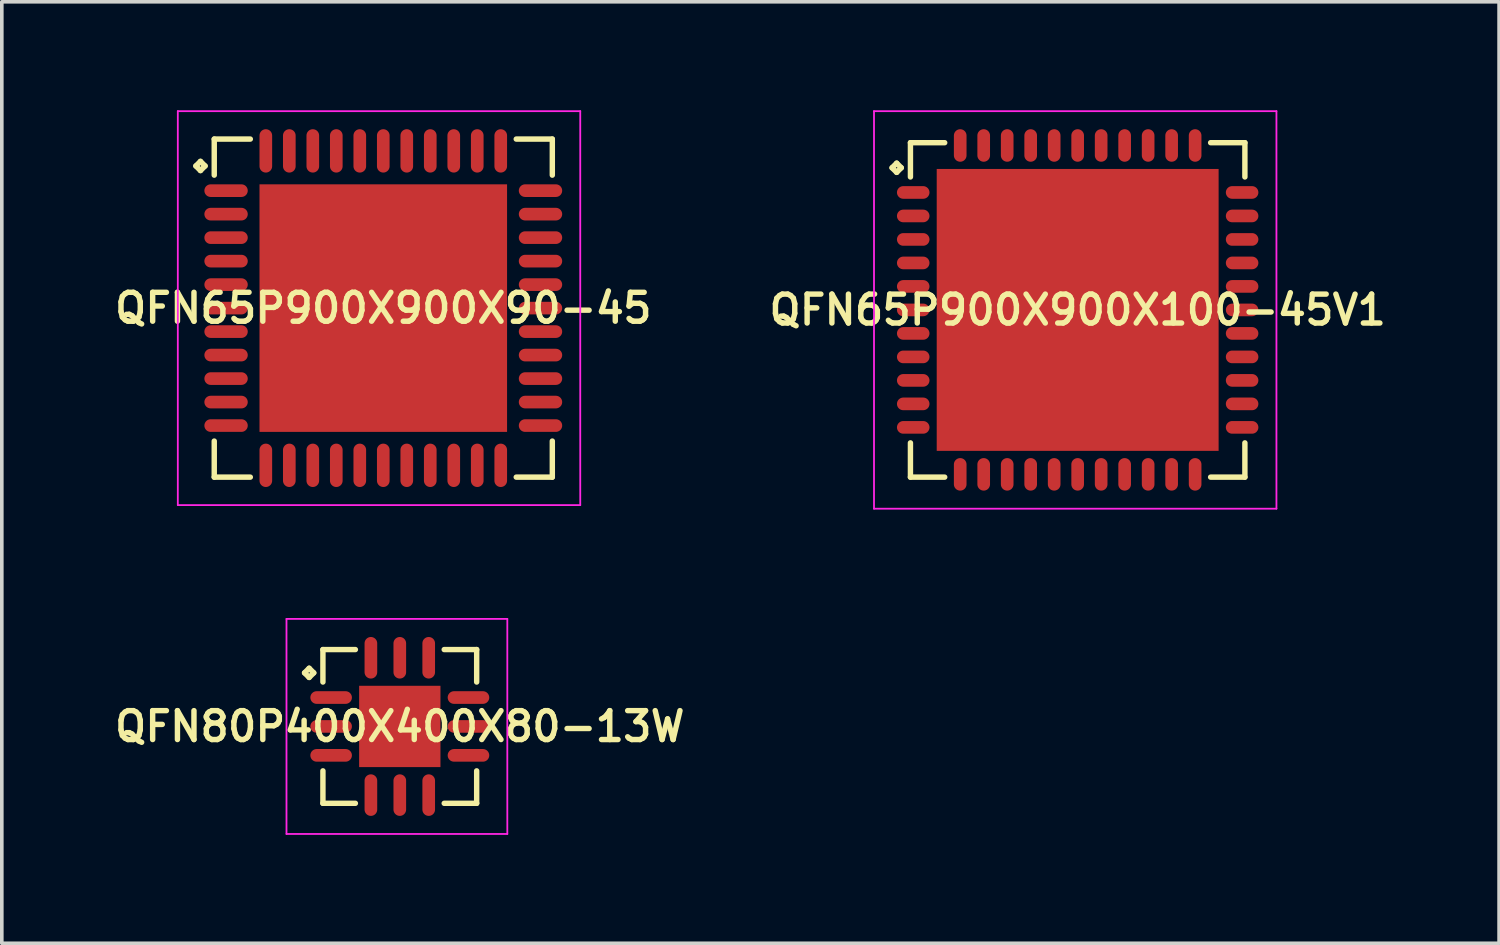
<source format=kicad_pcb>
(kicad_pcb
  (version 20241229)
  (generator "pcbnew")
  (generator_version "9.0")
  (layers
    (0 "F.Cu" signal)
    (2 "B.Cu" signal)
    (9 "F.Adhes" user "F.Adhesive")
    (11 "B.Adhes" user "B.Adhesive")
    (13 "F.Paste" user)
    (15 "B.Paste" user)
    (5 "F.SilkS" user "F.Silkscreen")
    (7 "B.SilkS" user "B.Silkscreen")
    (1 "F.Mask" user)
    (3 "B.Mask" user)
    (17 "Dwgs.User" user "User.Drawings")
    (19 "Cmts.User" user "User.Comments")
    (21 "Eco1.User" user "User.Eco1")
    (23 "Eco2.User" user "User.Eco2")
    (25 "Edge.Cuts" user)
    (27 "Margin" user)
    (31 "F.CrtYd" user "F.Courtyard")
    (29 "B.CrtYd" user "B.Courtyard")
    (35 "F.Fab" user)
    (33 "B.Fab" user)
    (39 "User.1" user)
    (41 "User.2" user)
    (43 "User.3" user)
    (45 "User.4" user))
  (footprint "QFN65P900X900X90-45"
    (layer "F.Cu")
    (at 7.555 5.475)
    (property "Reference" "QFN65P900X900X90-45" (at 0 0 0) (layer "F.SilkS") (effects (font (size 0.8 0.8) (thickness 0.15))))
    (attr smd)
    (fp_line (start -5.185 -3.933) (end -5.058 -4.06) (stroke (width 0.15) (type solid)) (layer "F.SilkS"))
    (fp_line (start -5.058 -4.06) (end -4.931 -3.933) (stroke (width 0.15) (type solid)) (layer "F.SilkS"))
    (fp_line (start -5.058 -3.806) (end -5.185 -3.933) (stroke (width 0.15) (type solid)) (layer "F.SilkS"))
    (fp_line (start -4.931 -3.933) (end -5.058 -3.806) (stroke (width 0.15) (type solid)) (layer "F.SilkS"))
    (fp_line (start -4.677 -4.677) (end -3.679 -4.677) (stroke (width 0.15) (type solid)) (layer "F.SilkS"))
    (fp_line (start -4.677 -3.679) (end -4.677 -4.677) (stroke (width 0.15) (type solid)) (layer "F.SilkS"))
    (fp_line (start -4.677 3.679) (end -4.677 4.677) (stroke (width 0.15) (type solid)) (layer "F.SilkS"))
    (fp_line (start -4.677 4.677) (end -3.679 4.677) (stroke (width 0.15) (type solid)) (layer "F.SilkS"))
    (fp_line (start 3.679 -4.677) (end 4.677 -4.677) (stroke (width 0.15) (type solid)) (layer "F.SilkS"))
    (fp_line (start 3.679 4.677) (end 4.677 4.677) (stroke (width 0.15) (type solid)) (layer "F.SilkS"))
    (fp_line (start 4.677 -4.677) (end 4.677 -3.679) (stroke (width 0.15) (type solid)) (layer "F.SilkS"))
    (fp_line (start 4.677 4.677) (end 4.677 3.679) (stroke (width 0.15) (type solid)) (layer "F.SilkS"))
    (fp_line (start -5.685 -5.45) (end 5.45 -5.45) (stroke (width 0.05) (type solid)) (layer "F.CrtYd"))
    (fp_line (start -5.685 5.45) (end -5.685 -5.45) (stroke (width 0.05) (type solid)) (layer "F.CrtYd"))
    (fp_line (start 5.45 -5.45) (end 5.45 5.45) (stroke (width 0.05) (type solid)) (layer "F.CrtYd"))
    (fp_line (start 5.45 5.45) (end -5.685 5.45) (stroke (width 0.05) (type solid)) (layer "F.CrtYd"))
    (pad "1" smd oval (at -4.35 -3.25) (size 1.2 0.35) (layers "F.Cu" "F.Mask" "F.Paste"))
    (pad "2" smd oval (at -4.35 -2.6) (size 1.2 0.35) (layers "F.Cu" "F.Mask" "F.Paste"))
    (pad "3" smd oval (at -4.35 -1.95) (size 1.2 0.35) (layers "F.Cu" "F.Mask" "F.Paste"))
    (pad "4" smd oval (at -4.35 -1.3) (size 1.2 0.35) (layers "F.Cu" "F.Mask" "F.Paste"))
    (pad "5" smd oval (at -4.35 -0.65) (size 1.2 0.35) (layers "F.Cu" "F.Mask" "F.Paste"))
    (pad "6" smd oval (at -4.35 0) (size 1.2 0.35) (layers "F.Cu" "F.Mask" "F.Paste"))
    (pad "7" smd oval (at -4.35 0.65) (size 1.2 0.35) (layers "F.Cu" "F.Mask" "F.Paste"))
    (pad "8" smd oval (at -4.35 1.3) (size 1.2 0.35) (layers "F.Cu" "F.Mask" "F.Paste"))
    (pad "9" smd oval (at -4.35 1.95) (size 1.2 0.35) (layers "F.Cu" "F.Mask" "F.Paste"))
    (pad "10" smd oval (at -4.35 2.6) (size 1.2 0.35) (layers "F.Cu" "F.Mask" "F.Paste"))
    (pad "11" smd oval (at -4.35 3.25) (size 1.2 0.35) (layers "F.Cu" "F.Mask" "F.Paste"))
    (pad "12" smd oval (at -3.25 4.35) (size 0.35 1.2) (layers "F.Cu" "F.Mask" "F.Paste"))
    (pad "13" smd oval (at -2.6 4.35) (size 0.35 1.2) (layers "F.Cu" "F.Mask" "F.Paste"))
    (pad "14" smd oval (at -1.95 4.35) (size 0.35 1.2) (layers "F.Cu" "F.Mask" "F.Paste"))
    (pad "15" smd oval (at -1.3 4.35) (size 0.35 1.2) (layers "F.Cu" "F.Mask" "F.Paste"))
    (pad "16" smd oval (at -0.65 4.35) (size 0.35 1.2) (layers "F.Cu" "F.Mask" "F.Paste"))
    (pad "17" smd oval (at 0 4.35) (size 0.35 1.2) (layers "F.Cu" "F.Mask" "F.Paste"))
    (pad "18" smd oval (at 0.65 4.35) (size 0.35 1.2) (layers "F.Cu" "F.Mask" "F.Paste"))
    (pad "19" smd oval (at 1.3 4.35) (size 0.35 1.2) (layers "F.Cu" "F.Mask" "F.Paste"))
    (pad "20" smd oval (at 1.95 4.35) (size 0.35 1.2) (layers "F.Cu" "F.Mask" "F.Paste"))
    (pad "21" smd oval (at 2.6 4.35) (size 0.35 1.2) (layers "F.Cu" "F.Mask" "F.Paste"))
    (pad "22" smd oval (at 3.25 4.35) (size 0.35 1.2) (layers "F.Cu" "F.Mask" "F.Paste"))
    (pad "23" smd oval (at 4.35 3.25) (size 1.2 0.35) (layers "F.Cu" "F.Mask" "F.Paste"))
    (pad "24" smd oval (at 4.35 2.6) (size 1.2 0.35) (layers "F.Cu" "F.Mask" "F.Paste"))
    (pad "25" smd oval (at 4.35 1.95) (size 1.2 0.35) (layers "F.Cu" "F.Mask" "F.Paste"))
    (pad "26" smd oval (at 4.35 1.3) (size 1.2 0.35) (layers "F.Cu" "F.Mask" "F.Paste"))
    (pad "27" smd oval (at 4.35 0.65) (size 1.2 0.35) (layers "F.Cu" "F.Mask" "F.Paste"))
    (pad "28" smd oval (at 4.35 0) (size 1.2 0.35) (layers "F.Cu" "F.Mask" "F.Paste"))
    (pad "29" smd oval (at 4.35 -0.65) (size 1.2 0.35) (layers "F.Cu" "F.Mask" "F.Paste"))
    (pad "30" smd oval (at 4.35 -1.3) (size 1.2 0.35) (layers "F.Cu" "F.Mask" "F.Paste"))
    (pad "31" smd oval (at 4.35 -1.95) (size 1.2 0.35) (layers "F.Cu" "F.Mask" "F.Paste"))
    (pad "32" smd oval (at 4.35 -2.6) (size 1.2 0.35) (layers "F.Cu" "F.Mask" "F.Paste"))
    (pad "33" smd oval (at 4.35 -3.25) (size 1.2 0.35) (layers "F.Cu" "F.Mask" "F.Paste"))
    (pad "34" smd oval (at 3.25 -4.35) (size 0.35 1.2) (layers "F.Cu" "F.Mask" "F.Paste"))
    (pad "35" smd oval (at 2.6 -4.35) (size 0.35 1.2) (layers "F.Cu" "F.Mask" "F.Paste"))
    (pad "36" smd oval (at 1.95 -4.35) (size 0.35 1.2) (layers "F.Cu" "F.Mask" "F.Paste"))
    (pad "37" smd oval (at 1.3 -4.35) (size 0.35 1.2) (layers "F.Cu" "F.Mask" "F.Paste"))
    (pad "38" smd oval (at 0.65 -4.35) (size 0.35 1.2) (layers "F.Cu" "F.Mask" "F.Paste"))
    (pad "39" smd oval (at 0 -4.35) (size 0.35 1.2) (layers "F.Cu" "F.Mask" "F.Paste"))
    (pad "40" smd oval (at -0.65 -4.35) (size 0.35 1.2) (layers "F.Cu" "F.Mask" "F.Paste"))
    (pad "41" smd oval (at -1.3 -4.35) (size 0.35 1.2) (layers "F.Cu" "F.Mask" "F.Paste"))
    (pad "42" smd oval (at -1.95 -4.35) (size 0.35 1.2) (layers "F.Cu" "F.Mask" "F.Paste"))
    (pad "43" smd oval (at -2.6 -4.35) (size 0.35 1.2) (layers "F.Cu" "F.Mask" "F.Paste"))
    (pad "44" smd oval (at -3.25 -4.35) (size 0.35 1.2) (layers "F.Cu" "F.Mask" "F.Paste"))
    (pad "45" smd rect (at 0 0) (size 6.85 6.85) (layers "F.Cu" "F.Mask" "F.Paste")))
  (footprint "QFN80P400X400X80-13W"
    (layer "F.Cu")
    (at 8.012 17.05)
    (property "Reference" "QFN80P400X400X80-13W" (at 0 0 0) (layer "F.SilkS") (effects (font (size 0.8 0.8) (thickness 0.15))))
    (attr smd)
    (fp_line (start -2.635 -1.483) (end -2.508 -1.61) (stroke (width 0.15) (type solid)) (layer "F.SilkS"))
    (fp_line (start -2.508 -1.61) (end -2.381 -1.483) (stroke (width 0.15) (type solid)) (layer "F.SilkS"))
    (fp_line (start -2.508 -1.356) (end -2.635 -1.483) (stroke (width 0.15) (type solid)) (layer "F.SilkS"))
    (fp_line (start -2.381 -1.483) (end -2.508 -1.356) (stroke (width 0.15) (type solid)) (layer "F.SilkS"))
    (fp_line (start -2.127 -2.127) (end -1.229 -2.127) (stroke (width 0.15) (type solid)) (layer "F.SilkS"))
    (fp_line (start -2.127 -1.229) (end -2.127 -2.127) (stroke (width 0.15) (type solid)) (layer "F.SilkS"))
    (fp_line (start -2.127 1.229) (end -2.127 2.127) (stroke (width 0.15) (type solid)) (layer "F.SilkS"))
    (fp_line (start -2.127 2.127) (end -1.229 2.127) (stroke (width 0.15) (type solid)) (layer "F.SilkS"))
    (fp_line (start 1.229 -2.127) (end 2.127 -2.127) (stroke (width 0.15) (type solid)) (layer "F.SilkS"))
    (fp_line (start 1.229 2.127) (end 2.127 2.127) (stroke (width 0.15) (type solid)) (layer "F.SilkS"))
    (fp_line (start 2.127 -2.127) (end 2.127 -1.229) (stroke (width 0.15) (type solid)) (layer "F.SilkS"))
    (fp_line (start 2.127 2.127) (end 2.127 1.229) (stroke (width 0.15) (type solid)) (layer "F.SilkS"))
    (fp_line (start -3.135 -2.975) (end 2.975 -2.975) (stroke (width 0.05) (type solid)) (layer "F.CrtYd"))
    (fp_line (start -3.135 2.975) (end -3.135 -2.975) (stroke (width 0.05) (type solid)) (layer "F.CrtYd"))
    (fp_line (start 2.975 -2.975) (end 2.975 2.975) (stroke (width 0.05) (type solid)) (layer "F.CrtYd"))
    (fp_line (start 2.975 2.975) (end -3.135 2.975) (stroke (width 0.05) (type solid)) (layer "F.CrtYd"))
    (pad "1" smd oval (at -1.9 -0.8) (size 1.15 0.35) (layers "F.Cu" "F.Mask" "F.Paste"))
    (pad "2" smd oval (at -1.9 0) (size 1.15 0.35) (layers "F.Cu" "F.Mask" "F.Paste"))
    (pad "3" smd oval (at -1.9 0.8) (size 1.15 0.35) (layers "F.Cu" "F.Mask" "F.Paste"))
    (pad "4" smd oval (at -0.8 1.9) (size 0.35 1.15) (layers "F.Cu" "F.Mask" "F.Paste"))
    (pad "5" smd oval (at 0 1.9) (size 0.35 1.15) (layers "F.Cu" "F.Mask" "F.Paste"))
    (pad "6" smd oval (at 0.8 1.9) (size 0.35 1.15) (layers "F.Cu" "F.Mask" "F.Paste"))
    (pad "7" smd oval (at 1.9 0.8) (size 1.15 0.35) (layers "F.Cu" "F.Mask" "F.Paste"))
    (pad "8" smd oval (at 1.9 0) (size 1.15 0.35) (layers "F.Cu" "F.Mask" "F.Paste"))
    (pad "9" smd oval (at 1.9 -0.8) (size 1.15 0.35) (layers "F.Cu" "F.Mask" "F.Paste"))
    (pad "10" smd oval (at 0.8 -1.9) (size 0.35 1.15) (layers "F.Cu" "F.Mask" "F.Paste"))
    (pad "11" smd oval (at 0 -1.9) (size 0.35 1.15) (layers "F.Cu" "F.Mask" "F.Paste"))
    (pad "12" smd oval (at -0.8 -1.9) (size 0.35 1.15) (layers "F.Cu" "F.Mask" "F.Paste"))
    (pad "13" smd rect (at 0 0) (size 2.25 2.25) (layers "F.Cu" "F.Mask" "F.Paste")))
  (footprint "QFN65P900X900X100-45V1"
    (layer "F.Cu")
    (at 26.768 5.525)
    (property "Reference" "QFN65P900X900X100-45V1" (at 0 0 0) (layer "F.SilkS") (effects (font (size 0.8 0.8) (thickness 0.15))))
    (attr smd)
    (fp_line (start -5.135 -3.933) (end -5.008 -4.06) (stroke (width 0.15) (type solid)) (layer "F.SilkS"))
    (fp_line (start -5.008 -4.06) (end -4.881 -3.933) (stroke (width 0.15) (type solid)) (layer "F.SilkS"))
    (fp_line (start -5.008 -3.806) (end -5.135 -3.933) (stroke (width 0.15) (type solid)) (layer "F.SilkS"))
    (fp_line (start -4.881 -3.933) (end -5.008 -3.806) (stroke (width 0.15) (type solid)) (layer "F.SilkS"))
    (fp_line (start -4.627 -4.627) (end -3.679 -4.627) (stroke (width 0.15) (type solid)) (layer "F.SilkS"))
    (fp_line (start -4.627 -3.679) (end -4.627 -4.627) (stroke (width 0.15) (type solid)) (layer "F.SilkS"))
    (fp_line (start -4.627 3.679) (end -4.627 4.627) (stroke (width 0.15) (type solid)) (layer "F.SilkS"))
    (fp_line (start -4.627 4.627) (end -3.679 4.627) (stroke (width 0.15) (type solid)) (layer "F.SilkS"))
    (fp_line (start 3.679 -4.627) (end 4.627 -4.627) (stroke (width 0.15) (type solid)) (layer "F.SilkS"))
    (fp_line (start 3.679 4.627) (end 4.627 4.627) (stroke (width 0.15) (type solid)) (layer "F.SilkS"))
    (fp_line (start 4.627 -4.627) (end 4.627 -3.679) (stroke (width 0.15) (type solid)) (layer "F.SilkS"))
    (fp_line (start 4.627 4.627) (end 4.627 3.679) (stroke (width 0.15) (type solid)) (layer "F.SilkS"))
    (fp_line (start -5.635 -5.5) (end 5.5 -5.5) (stroke (width 0.05) (type solid)) (layer "F.CrtYd"))
    (fp_line (start -5.635 5.5) (end -5.635 -5.5) (stroke (width 0.05) (type solid)) (layer "F.CrtYd"))
    (fp_line (start 5.5 -5.5) (end 5.5 5.5) (stroke (width 0.05) (type solid)) (layer "F.CrtYd"))
    (fp_line (start 5.5 5.5) (end -5.635 5.5) (stroke (width 0.05) (type solid)) (layer "F.CrtYd"))
    (pad "1" smd oval (at -4.55 -3.25) (size 0.9 0.35) (layers "F.Cu" "F.Mask" "F.Paste"))
    (pad "2" smd oval (at -4.55 -2.6) (size 0.9 0.35) (layers "F.Cu" "F.Mask" "F.Paste"))
    (pad "3" smd oval (at -4.55 -1.95) (size 0.9 0.35) (layers "F.Cu" "F.Mask" "F.Paste"))
    (pad "4" smd oval (at -4.55 -1.3) (size 0.9 0.35) (layers "F.Cu" "F.Mask" "F.Paste"))
    (pad "5" smd oval (at -4.55 -0.65) (size 0.9 0.35) (layers "F.Cu" "F.Mask" "F.Paste"))
    (pad "6" smd oval (at -4.55 0) (size 0.9 0.35) (layers "F.Cu" "F.Mask" "F.Paste"))
    (pad "7" smd oval (at -4.55 0.65) (size 0.9 0.35) (layers "F.Cu" "F.Mask" "F.Paste"))
    (pad "8" smd oval (at -4.55 1.3) (size 0.9 0.35) (layers "F.Cu" "F.Mask" "F.Paste"))
    (pad "9" smd oval (at -4.55 1.95) (size 0.9 0.35) (layers "F.Cu" "F.Mask" "F.Paste"))
    (pad "10" smd oval (at -4.55 2.6) (size 0.9 0.35) (layers "F.Cu" "F.Mask" "F.Paste"))
    (pad "11" smd oval (at -4.55 3.25) (size 0.9 0.35) (layers "F.Cu" "F.Mask" "F.Paste"))
    (pad "12" smd oval (at -3.25 4.55) (size 0.35 0.9) (layers "F.Cu" "F.Mask" "F.Paste"))
    (pad "13" smd oval (at -2.6 4.55) (size 0.35 0.9) (layers "F.Cu" "F.Mask" "F.Paste"))
    (pad "14" smd oval (at -1.95 4.55) (size 0.35 0.9) (layers "F.Cu" "F.Mask" "F.Paste"))
    (pad "15" smd oval (at -1.3 4.55) (size 0.35 0.9) (layers "F.Cu" "F.Mask" "F.Paste"))
    (pad "16" smd oval (at -0.65 4.55) (size 0.35 0.9) (layers "F.Cu" "F.Mask" "F.Paste"))
    (pad "17" smd oval (at 0 4.55) (size 0.35 0.9) (layers "F.Cu" "F.Mask" "F.Paste"))
    (pad "18" smd oval (at 0.65 4.55) (size 0.35 0.9) (layers "F.Cu" "F.Mask" "F.Paste"))
    (pad "19" smd oval (at 1.3 4.55) (size 0.35 0.9) (layers "F.Cu" "F.Mask" "F.Paste"))
    (pad "20" smd oval (at 1.95 4.55) (size 0.35 0.9) (layers "F.Cu" "F.Mask" "F.Paste"))
    (pad "21" smd oval (at 2.6 4.55) (size 0.35 0.9) (layers "F.Cu" "F.Mask" "F.Paste"))
    (pad "22" smd oval (at 3.25 4.55) (size 0.35 0.9) (layers "F.Cu" "F.Mask" "F.Paste"))
    (pad "23" smd oval (at 4.55 3.25) (size 0.9 0.35) (layers "F.Cu" "F.Mask" "F.Paste"))
    (pad "24" smd oval (at 4.55 2.6) (size 0.9 0.35) (layers "F.Cu" "F.Mask" "F.Paste"))
    (pad "25" smd oval (at 4.55 1.95) (size 0.9 0.35) (layers "F.Cu" "F.Mask" "F.Paste"))
    (pad "26" smd oval (at 4.55 1.3) (size 0.9 0.35) (layers "F.Cu" "F.Mask" "F.Paste"))
    (pad "27" smd oval (at 4.55 0.65) (size 0.9 0.35) (layers "F.Cu" "F.Mask" "F.Paste"))
    (pad "28" smd oval (at 4.55 0) (size 0.9 0.35) (layers "F.Cu" "F.Mask" "F.Paste"))
    (pad "29" smd oval (at 4.55 -0.65) (size 0.9 0.35) (layers "F.Cu" "F.Mask" "F.Paste"))
    (pad "30" smd oval (at 4.55 -1.3) (size 0.9 0.35) (layers "F.Cu" "F.Mask" "F.Paste"))
    (pad "31" smd oval (at 4.55 -1.95) (size 0.9 0.35) (layers "F.Cu" "F.Mask" "F.Paste"))
    (pad "32" smd oval (at 4.55 -2.6) (size 0.9 0.35) (layers "F.Cu" "F.Mask" "F.Paste"))
    (pad "33" smd oval (at 4.55 -3.25) (size 0.9 0.35) (layers "F.Cu" "F.Mask" "F.Paste"))
    (pad "34" smd oval (at 3.25 -4.55) (size 0.35 0.9) (layers "F.Cu" "F.Mask" "F.Paste"))
    (pad "35" smd oval (at 2.6 -4.55) (size 0.35 0.9) (layers "F.Cu" "F.Mask" "F.Paste"))
    (pad "36" smd oval (at 1.95 -4.55) (size 0.35 0.9) (layers "F.Cu" "F.Mask" "F.Paste"))
    (pad "37" smd oval (at 1.3 -4.55) (size 0.35 0.9) (layers "F.Cu" "F.Mask" "F.Paste"))
    (pad "38" smd oval (at 0.65 -4.55) (size 0.35 0.9) (layers "F.Cu" "F.Mask" "F.Paste"))
    (pad "39" smd oval (at 0 -4.55) (size 0.35 0.9) (layers "F.Cu" "F.Mask" "F.Paste"))
    (pad "40" smd oval (at -0.65 -4.55) (size 0.35 0.9) (layers "F.Cu" "F.Mask" "F.Paste"))
    (pad "41" smd oval (at -1.3 -4.55) (size 0.35 0.9) (layers "F.Cu" "F.Mask" "F.Paste"))
    (pad "42" smd oval (at -1.95 -4.55) (size 0.35 0.9) (layers "F.Cu" "F.Mask" "F.Paste"))
    (pad "43" smd oval (at -2.6 -4.55) (size 0.35 0.9) (layers "F.Cu" "F.Mask" "F.Paste"))
    (pad "44" smd oval (at -3.25 -4.55) (size 0.35 0.9) (layers "F.Cu" "F.Mask" "F.Paste"))
    (pad "45" smd rect (at 0 0) (size 7.8 7.8) (layers "F.Cu" "F.Mask" "F.Paste")))
  (gr_rect
    (start -3 -3)
    (end 38.428 23.05)
    (stroke (width 0.1) (type default))
    (fill no)
    (layer "Edge.Cuts")))
</source>
